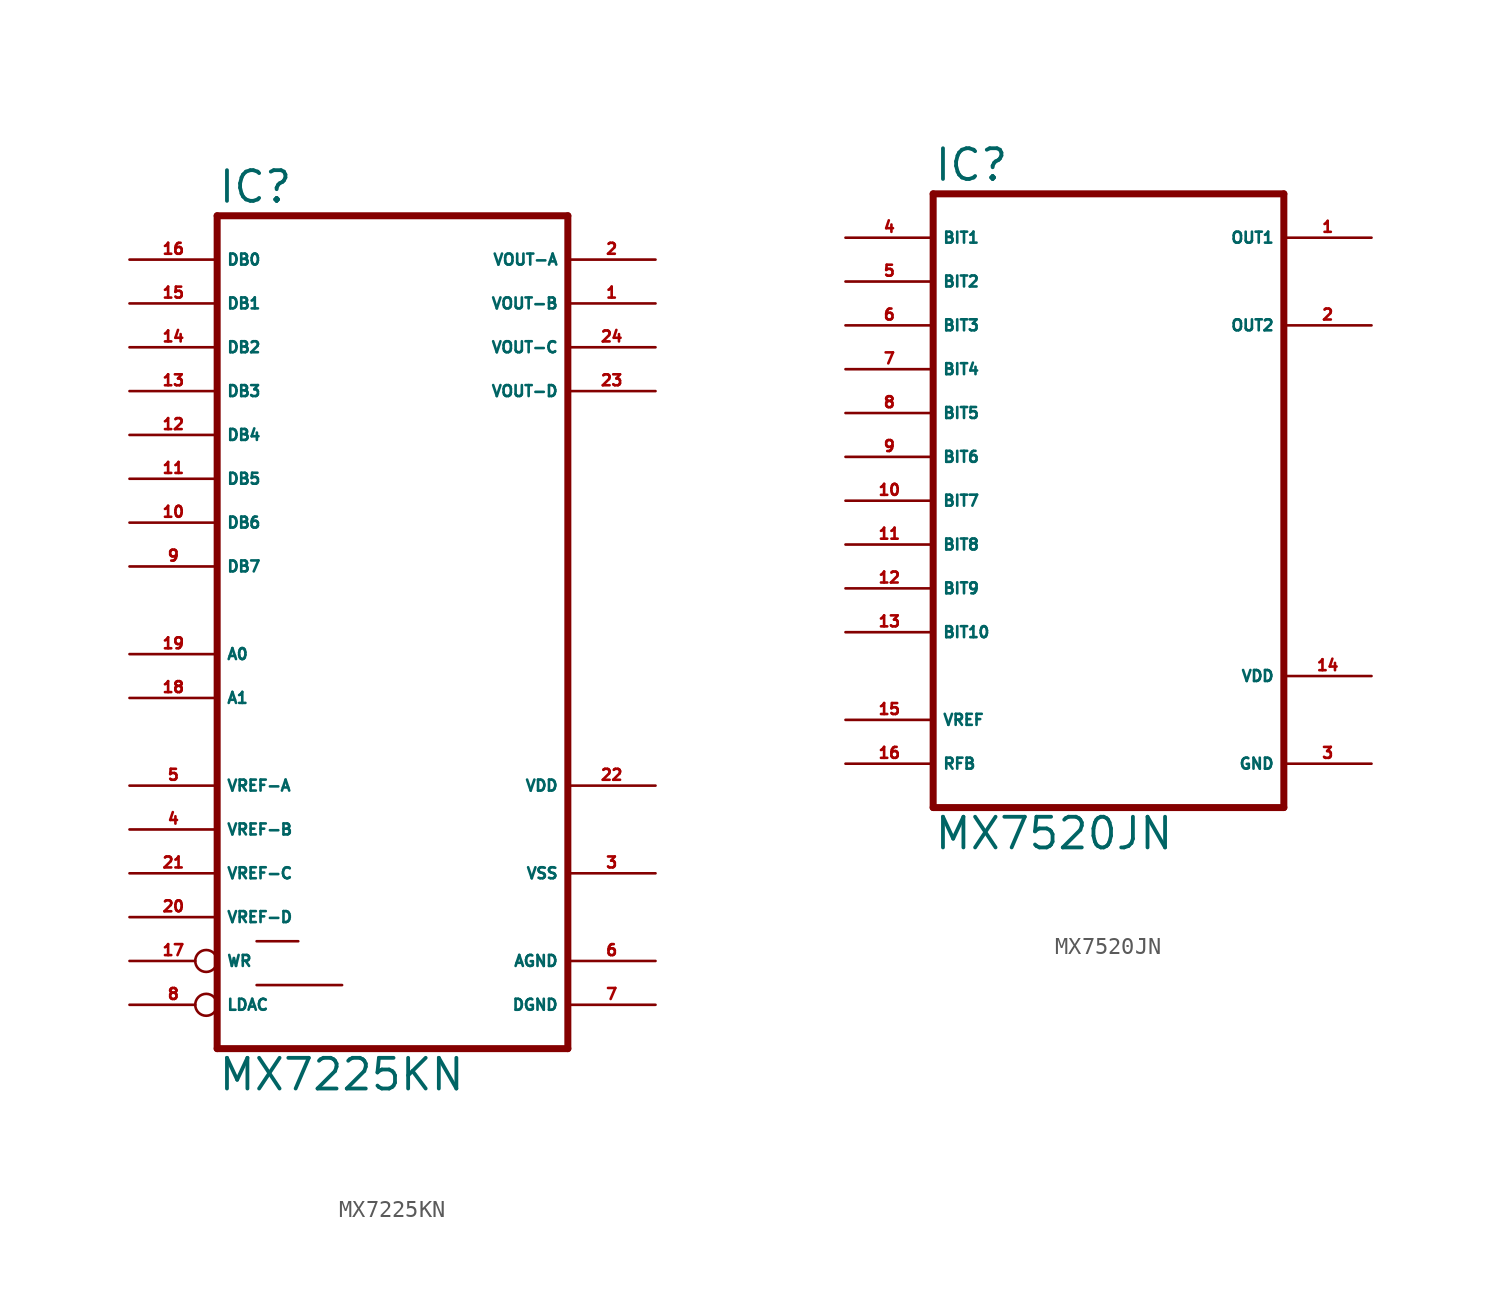
<source format=kicad_sym>
(kicad_symbol_lib
  (version 20220914)
  (generator Eagle2Kicad)
  (symbol "MX7225KN"
    (property "Reference" "IC"
      (at -10.16 23.495 0)
      (effects (font (size 1.778 1.778) (thickness 0.22)) (justify left bottom)))
    (property "Value" "MX7225KN"
      (at -10.16 -27.94 0)
      (effects (font (size 1.778 1.778) (thickness 0.22)) (justify left bottom)))
    (polyline
      (pts (xy 10.16 22.86) (xy -10.16 22.86))
      (stroke (width 0.406) (type default))
      (fill (type none)))
    (polyline
      (pts (xy -10.16 -25.4) (xy -10.16 22.86))
      (stroke (width 0.406) (type default))
      (fill (type none)))
    (polyline
      (pts (xy -10.16 -25.4) (xy 10.16 -25.4))
      (stroke (width 0.406) (type default))
      (fill (type none)))
    (polyline
      (pts (xy 10.16 22.86) (xy 10.16 -25.4))
      (stroke (width 0.406) (type default))
      (fill (type none)))
    (polyline
      (pts (xy -7.874 -21.717) (xy -2.921 -21.717))
      (stroke (width 0.152) (type default))
      (fill (type none)))
    (polyline
      (pts (xy -7.874 -19.177) (xy -5.461 -19.177))
      (stroke (width 0.152) (type default))
      (fill (type none)))
    (pin input line
      (at -15.24 20.32 0)
      (length 5.08)
      (name "DB0" (effects (font (size 0.635 0.635) (thickness 0.08)) (justify left bottom)))
      (number "16" (effects (font (size 0.635 0.635) (thickness 0.08)) (justify left bottom))))
    (pin input line
      (at -15.24 17.78 0)
      (length 5.08)
      (name "DB1" (effects (font (size 0.635 0.635) (thickness 0.08)) (justify left bottom)))
      (number "15" (effects (font (size 0.635 0.635) (thickness 0.08)) (justify left bottom))))
    (pin input line
      (at -15.24 15.24 0)
      (length 5.08)
      (name "DB2" (effects (font (size 0.635 0.635) (thickness 0.08)) (justify left bottom)))
      (number "14" (effects (font (size 0.635 0.635) (thickness 0.08)) (justify left bottom))))
    (pin input line
      (at -15.24 12.7 0)
      (length 5.08)
      (name "DB3" (effects (font (size 0.635 0.635) (thickness 0.08)) (justify left bottom)))
      (number "13" (effects (font (size 0.635 0.635) (thickness 0.08)) (justify left bottom))))
    (pin input line
      (at -15.24 10.16 0)
      (length 5.08)
      (name "DB4" (effects (font (size 0.635 0.635) (thickness 0.08)) (justify left bottom)))
      (number "12" (effects (font (size 0.635 0.635) (thickness 0.08)) (justify left bottom))))
    (pin input line
      (at -15.24 7.62 0)
      (length 5.08)
      (name "DB5" (effects (font (size 0.635 0.635) (thickness 0.08)) (justify left bottom)))
      (number "11" (effects (font (size 0.635 0.635) (thickness 0.08)) (justify left bottom))))
    (pin input line
      (at -15.24 5.08 0)
      (length 5.08)
      (name "DB6" (effects (font (size 0.635 0.635) (thickness 0.08)) (justify left bottom)))
      (number "10" (effects (font (size 0.635 0.635) (thickness 0.08)) (justify left bottom))))
    (pin input line
      (at -15.24 2.54 0)
      (length 5.08)
      (name "DB7" (effects (font (size 0.635 0.635) (thickness 0.08)) (justify left bottom)))
      (number "9" (effects (font (size 0.635 0.635) (thickness 0.08)) (justify left bottom))))
    (pin input line
      (at -15.24 -2.54 0)
      (length 5.08)
      (name "A0" (effects (font (size 0.635 0.635) (thickness 0.08)) (justify left bottom)))
      (number "19" (effects (font (size 0.635 0.635) (thickness 0.08)) (justify left bottom))))
    (pin input line
      (at -15.24 -5.08 0)
      (length 5.08)
      (name "A1" (effects (font (size 0.635 0.635) (thickness 0.08)) (justify left bottom)))
      (number "18" (effects (font (size 0.635 0.635) (thickness 0.08)) (justify left bottom))))
    (pin input line
      (at -15.24 -10.16 0)
      (length 5.08)
      (name "VREF-A" (effects (font (size 0.635 0.635) (thickness 0.08)) (justify left bottom)))
      (number "5" (effects (font (size 0.635 0.635) (thickness 0.08)) (justify left bottom))))
    (pin input line
      (at -15.24 -12.7 0)
      (length 5.08)
      (name "VREF-B" (effects (font (size 0.635 0.635) (thickness 0.08)) (justify left bottom)))
      (number "4" (effects (font (size 0.635 0.635) (thickness 0.08)) (justify left bottom))))
    (pin input line
      (at -15.24 -15.24 0)
      (length 5.08)
      (name "VREF-C" (effects (font (size 0.635 0.635) (thickness 0.08)) (justify left bottom)))
      (number "21" (effects (font (size 0.635 0.635) (thickness 0.08)) (justify left bottom))))
    (pin input line
      (at -15.24 -17.78 0)
      (length 5.08)
      (name "VREF-D" (effects (font (size 0.635 0.635) (thickness 0.08)) (justify left bottom)))
      (number "20" (effects (font (size 0.635 0.635) (thickness 0.08)) (justify left bottom))))
    (pin input inverted
      (at -15.24 -20.32 0)
      (length 5.08)
      (name "WR" (effects (font (size 0.635 0.635) (thickness 0.08)) (justify left bottom)))
      (number "17" (effects (font (size 0.635 0.635) (thickness 0.08)) (justify left bottom))))
    (pin input inverted
      (at -15.24 -22.86 0)
      (length 5.08)
      (name "LDAC" (effects (font (size 0.635 0.635) (thickness 0.08)) (justify left bottom)))
      (number "8" (effects (font (size 0.635 0.635) (thickness 0.08)) (justify left bottom))))
    (pin unspecified line
      (at 15.24 -22.86 180)
      (length 5.08)
      (name "DGND" (effects (font (size 0.635 0.635) (thickness 0.08)) (justify left bottom)))
      (number "7" (effects (font (size 0.635 0.635) (thickness 0.08)) (justify left bottom))))
    (pin unspecified line
      (at 15.24 -20.32 180)
      (length 5.08)
      (name "AGND" (effects (font (size 0.635 0.635) (thickness 0.08)) (justify left bottom)))
      (number "6" (effects (font (size 0.635 0.635) (thickness 0.08)) (justify left bottom))))
    (pin unspecified line
      (at 15.24 -15.24 180)
      (length 5.08)
      (name "VSS" (effects (font (size 0.635 0.635) (thickness 0.08)) (justify left bottom)))
      (number "3" (effects (font (size 0.635 0.635) (thickness 0.08)) (justify left bottom))))
    (pin unspecified line
      (at 15.24 -10.16 180)
      (length 5.08)
      (name "VDD" (effects (font (size 0.635 0.635) (thickness 0.08)) (justify left bottom)))
      (number "22" (effects (font (size 0.635 0.635) (thickness 0.08)) (justify left bottom))))
    (pin output line
      (at 15.24 12.7 180)
      (length 5.08)
      (name "VOUT-D" (effects (font (size 0.635 0.635) (thickness 0.08)) (justify left bottom)))
      (number "23" (effects (font (size 0.635 0.635) (thickness 0.08)) (justify left bottom))))
    (pin output line
      (at 15.24 15.24 180)
      (length 5.08)
      (name "VOUT-C" (effects (font (size 0.635 0.635) (thickness 0.08)) (justify left bottom)))
      (number "24" (effects (font (size 0.635 0.635) (thickness 0.08)) (justify left bottom))))
    (pin output line
      (at 15.24 17.78 180)
      (length 5.08)
      (name "VOUT-B" (effects (font (size 0.635 0.635) (thickness 0.08)) (justify left bottom)))
      (number "1" (effects (font (size 0.635 0.635) (thickness 0.08)) (justify left bottom))))
    (pin output line
      (at 15.24 20.32 180)
      (length 5.08)
      (name "VOUT-A" (effects (font (size 0.635 0.635) (thickness 0.08)) (justify left bottom)))
      (number "2" (effects (font (size 0.635 0.635) (thickness 0.08)) (justify left bottom)))))
  (symbol "MX7520JN"
    (property "Reference" "IC"
      (at -10.16 18.415 0)
      (effects (font (size 1.778 1.778) (thickness 0.22)) (justify left bottom)))
    (property "Value" "MX7520JN"
      (at -10.16 -20.32 0)
      (effects (font (size 1.778 1.778) (thickness 0.22)) (justify left bottom)))
    (polyline
      (pts (xy -10.16 17.78) (xy 10.16 17.78))
      (stroke (width 0.406) (type default))
      (fill (type none)))
    (polyline
      (pts (xy 10.16 -17.78) (xy 10.16 17.78))
      (stroke (width 0.406) (type default))
      (fill (type none)))
    (polyline
      (pts (xy 10.16 -17.78) (xy -10.16 -17.78))
      (stroke (width 0.406) (type default))
      (fill (type none)))
    (polyline
      (pts (xy -10.16 17.78) (xy -10.16 -17.78))
      (stroke (width 0.406) (type default))
      (fill (type none)))
    (pin input line
      (at -15.24 15.24 0)
      (length 5.08)
      (name "BIT1" (effects (font (size 0.635 0.635) (thickness 0.08)) (justify left bottom)))
      (number "4" (effects (font (size 0.635 0.635) (thickness 0.08)) (justify left bottom))))
    (pin input line
      (at -15.24 12.7 0)
      (length 5.08)
      (name "BIT2" (effects (font (size 0.635 0.635) (thickness 0.08)) (justify left bottom)))
      (number "5" (effects (font (size 0.635 0.635) (thickness 0.08)) (justify left bottom))))
    (pin input line
      (at -15.24 10.16 0)
      (length 5.08)
      (name "BIT3" (effects (font (size 0.635 0.635) (thickness 0.08)) (justify left bottom)))
      (number "6" (effects (font (size 0.635 0.635) (thickness 0.08)) (justify left bottom))))
    (pin input line
      (at -15.24 7.62 0)
      (length 5.08)
      (name "BIT4" (effects (font (size 0.635 0.635) (thickness 0.08)) (justify left bottom)))
      (number "7" (effects (font (size 0.635 0.635) (thickness 0.08)) (justify left bottom))))
    (pin input line
      (at -15.24 5.08 0)
      (length 5.08)
      (name "BIT5" (effects (font (size 0.635 0.635) (thickness 0.08)) (justify left bottom)))
      (number "8" (effects (font (size 0.635 0.635) (thickness 0.08)) (justify left bottom))))
    (pin input line
      (at -15.24 2.54 0)
      (length 5.08)
      (name "BIT6" (effects (font (size 0.635 0.635) (thickness 0.08)) (justify left bottom)))
      (number "9" (effects (font (size 0.635 0.635) (thickness 0.08)) (justify left bottom))))
    (pin input line
      (at -15.24 0 0)
      (length 5.08)
      (name "BIT7" (effects (font (size 0.635 0.635) (thickness 0.08)) (justify left bottom)))
      (number "10" (effects (font (size 0.635 0.635) (thickness 0.08)) (justify left bottom))))
    (pin input line
      (at -15.24 -2.54 0)
      (length 5.08)
      (name "BIT8" (effects (font (size 0.635 0.635) (thickness 0.08)) (justify left bottom)))
      (number "11" (effects (font (size 0.635 0.635) (thickness 0.08)) (justify left bottom))))
    (pin input line
      (at -15.24 -5.08 0)
      (length 5.08)
      (name "BIT9" (effects (font (size 0.635 0.635) (thickness 0.08)) (justify left bottom)))
      (number "12" (effects (font (size 0.635 0.635) (thickness 0.08)) (justify left bottom))))
    (pin input line
      (at -15.24 -7.62 0)
      (length 5.08)
      (name "BIT10" (effects (font (size 0.635 0.635) (thickness 0.08)) (justify left bottom)))
      (number "13" (effects (font (size 0.635 0.635) (thickness 0.08)) (justify left bottom))))
    (pin unspecified line
      (at 15.24 -15.24 180)
      (length 5.08)
      (name "GND" (effects (font (size 0.635 0.635) (thickness 0.08)) (justify left bottom)))
      (number "3" (effects (font (size 0.635 0.635) (thickness 0.08)) (justify left bottom))))
    (pin unspecified line
      (at 15.24 -10.16 180)
      (length 5.08)
      (name "VDD" (effects (font (size 0.635 0.635) (thickness 0.08)) (justify left bottom)))
      (number "14" (effects (font (size 0.635 0.635) (thickness 0.08)) (justify left bottom))))
    (pin input line
      (at -15.24 -12.7 0)
      (length 5.08)
      (name "VREF" (effects (font (size 0.635 0.635) (thickness 0.08)) (justify left bottom)))
      (number "15" (effects (font (size 0.635 0.635) (thickness 0.08)) (justify left bottom))))
    (pin input line
      (at -15.24 -15.24 0)
      (length 5.08)
      (name "RFB" (effects (font (size 0.635 0.635) (thickness 0.08)) (justify left bottom)))
      (number "16" (effects (font (size 0.635 0.635) (thickness 0.08)) (justify left bottom))))
    (pin output line
      (at 15.24 15.24 180)
      (length 5.08)
      (name "OUT1" (effects (font (size 0.635 0.635) (thickness 0.08)) (justify left bottom)))
      (number "1" (effects (font (size 0.635 0.635) (thickness 0.08)) (justify left bottom))))
    (pin output line
      (at 15.24 10.16 180)
      (length 5.08)
      (name "OUT2" (effects (font (size 0.635 0.635) (thickness 0.08)) (justify left bottom)))
      (number "2" (effects (font (size 0.635 0.635) (thickness 0.08)) (justify left bottom))))))
</source>
